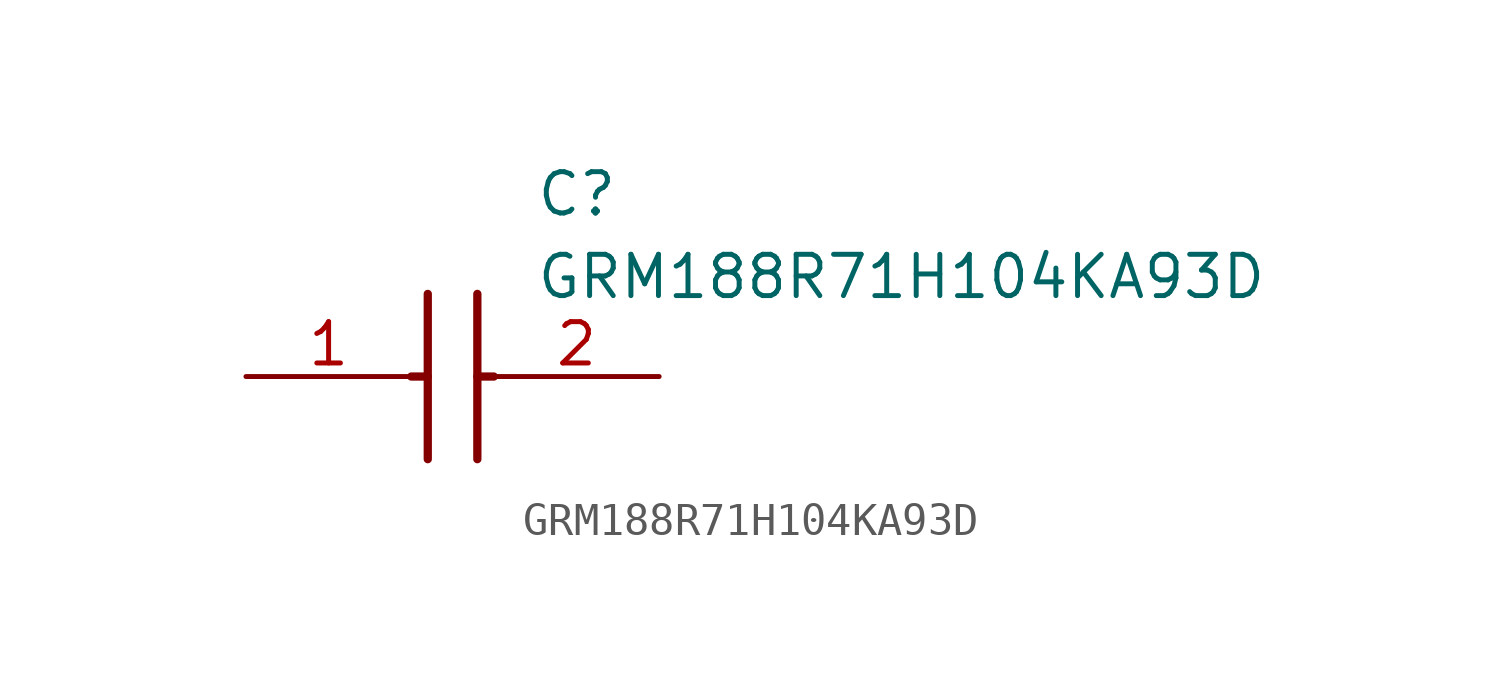
<source format=kicad_sym>
(kicad_symbol_lib
  (version 20211014)
  (generator SamacSys_ECAD_Model)
  (symbol "GRM188R71H104KA93D"
    (pin_names hide)
    (property "Reference" "C"
      (at 8.89 6.35 0)
      (effects (font (size 1.27 1.27)) (justify left top)))
    (property "Value" "GRM188R71H104KA93D"
      (at 8.89 3.81 0)
      (effects (font (size 1.27 1.27)) (justify left top)))
    (polyline
      (pts (xy 5.588 2.54) (xy 5.588 -2.54))
      (stroke (width 0.254) (type default))
      (fill (type none)))
    (polyline
      (pts (xy 7.112 2.54) (xy 7.112 -2.54))
      (stroke (width 0.254) (type default))
      (fill (type none)))
    (polyline
      (pts (xy 5.08 0) (xy 5.588 0))
      (stroke (width 0.254) (type default))
      (fill (type none)))
    (polyline
      (pts (xy 7.112 0) (xy 7.62 0))
      (stroke (width 0.254) (type default))
      (fill (type none)))
    (pin passive line
      (at 0 0 0)
      (length 5.08)
      (name "1" (effects (font (size 1.27 1.27))))
      (number "1" (effects (font (size 1.27 1.27)))))
    (pin passive line
      (at 12.7 0 180)
      (length 5.08)
      (name "2" (effects (font (size 1.27 1.27))))
      (number "2" (effects (font (size 1.27 1.27)))))))
</source>
